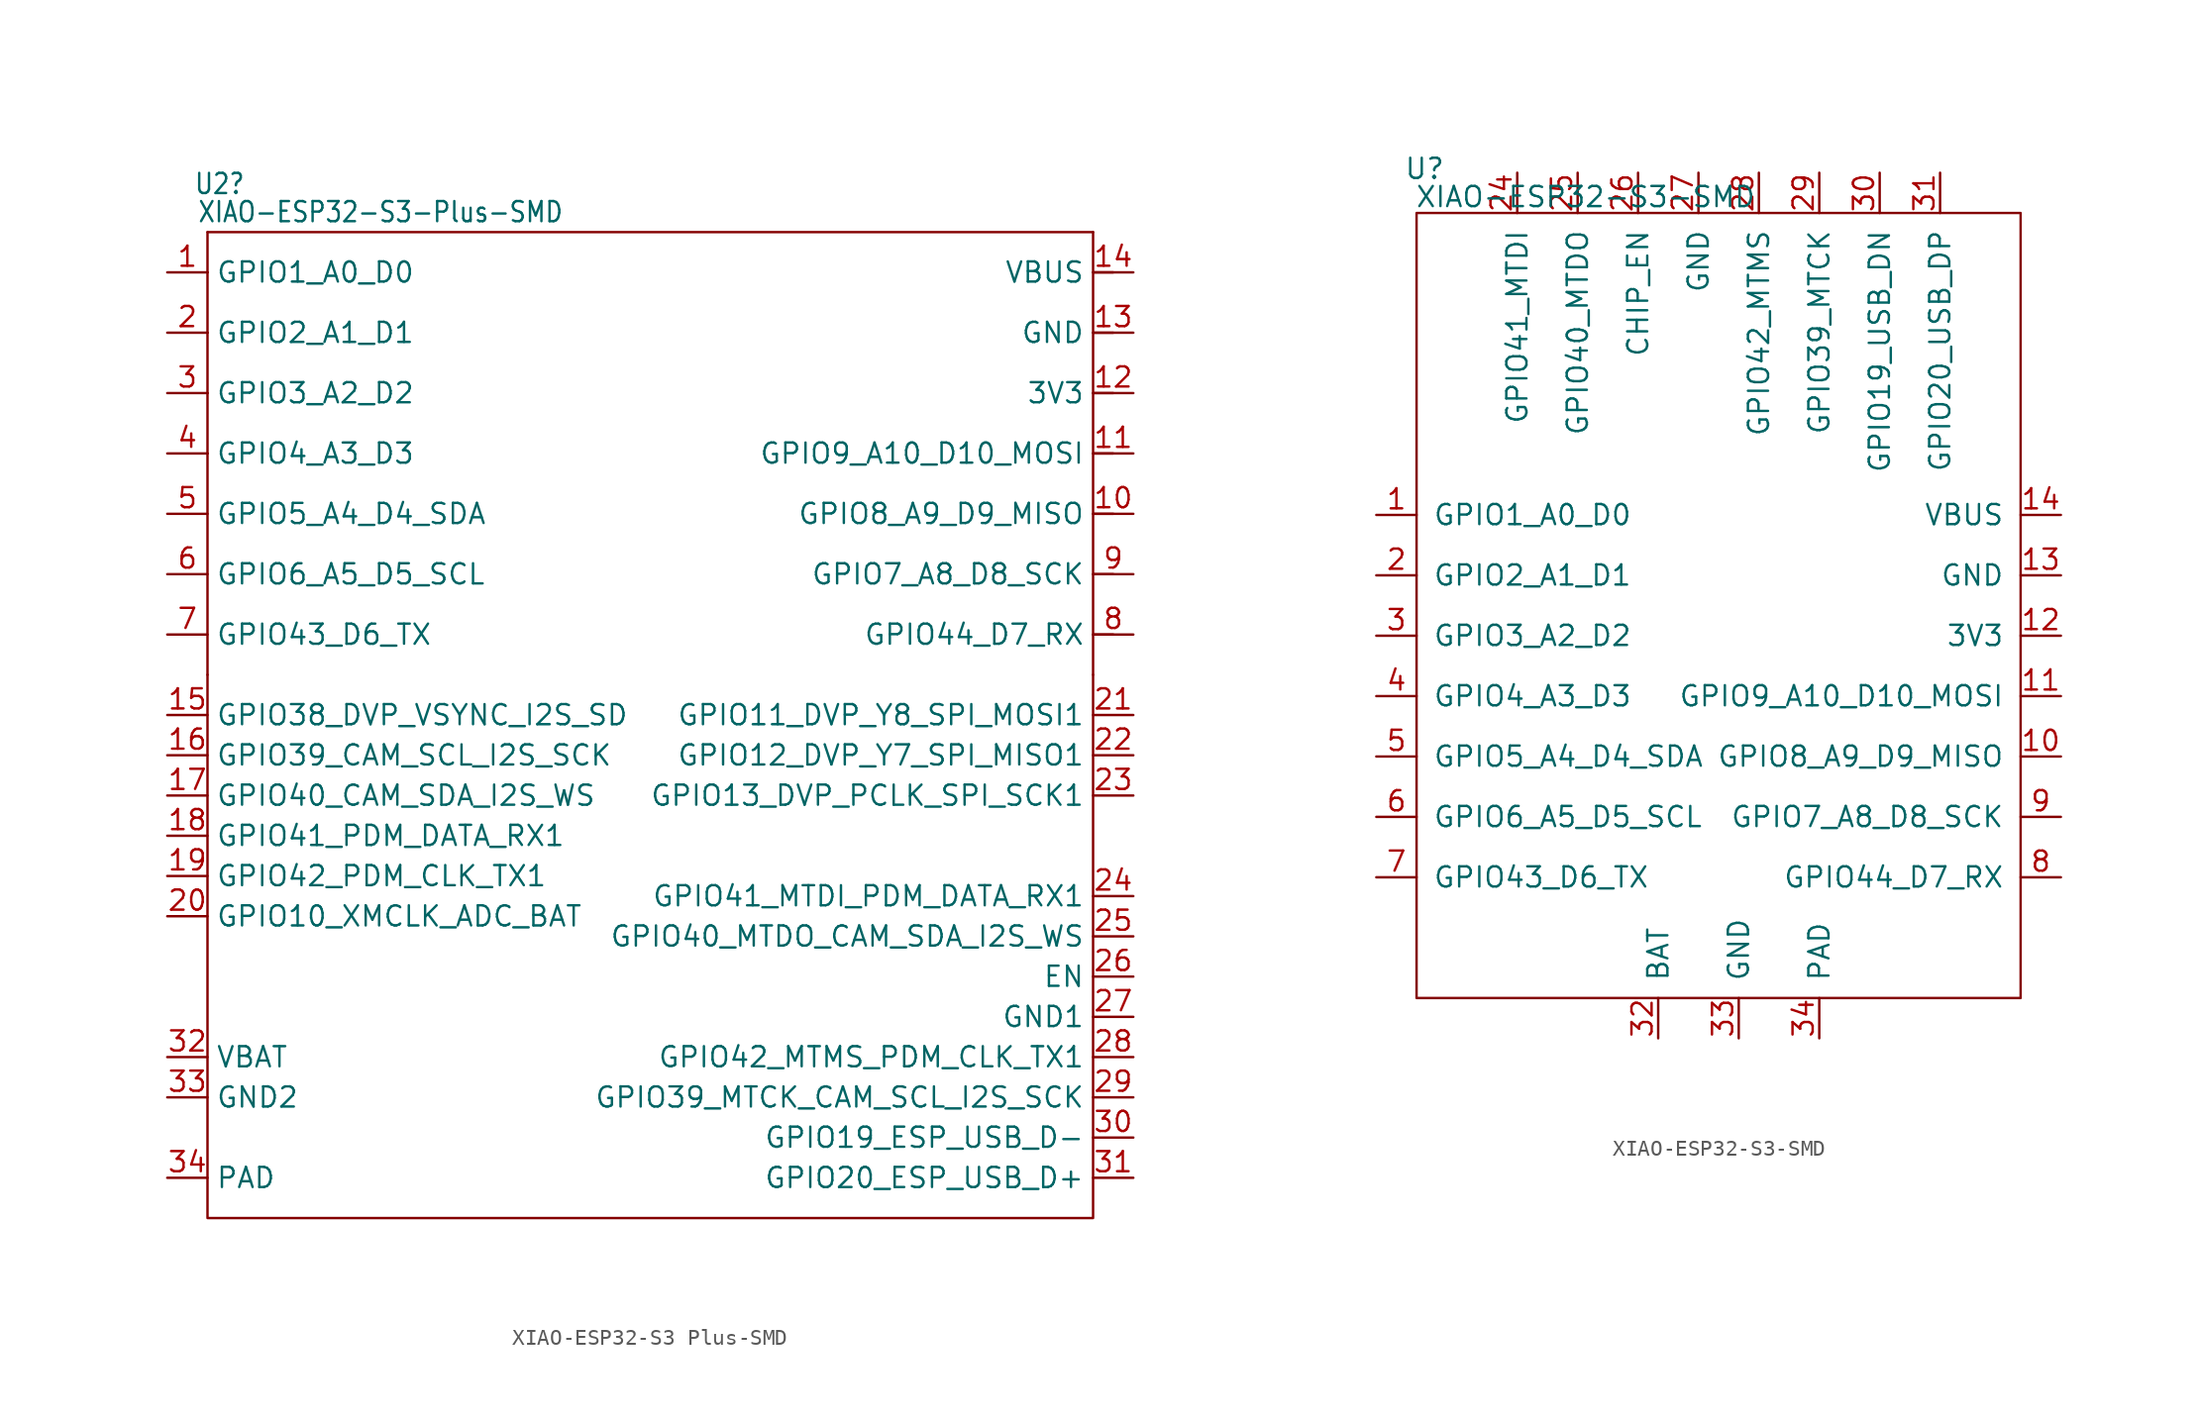
<source format=kicad_sym>
(kicad_symbol_lib
  (version 20241209)
  (generator "kicad_symbol_editor")
  (generator_version "9.0")
  (symbol "XIAO-ESP32-S3 Plus-SMD"
    (property "Reference" "U2"
      (at -20.828 17.018 0)
      (effects (font (size 1.27 1.079))))
    (property "Value" "XIAO-ESP32-S3-Plus-SMD"
      (at -10.668 15.24 0)
      (effects (font (size 1.27 1.079))))
    (property "Rating" ""
      (at 0 0 0)
      (effects (font (size 1 1))))
    (symbol "XIAO-ESP32-S3 Plus-SMD_0_1"
      (polyline (pts (xy 34.29 -13.97) (xy 34.29 -48.26) (xy -21.59 -48.26) (xy -21.59 -13.97)) (stroke (width 0) (type default)) (fill (type none))))
    (symbol "XIAO-ESP32-S3 Plus-SMD_1_0"
      (polyline (pts (xy -21.59 13.97) (xy 34.29 13.97)) (stroke (width 0.152) (type solid)) (fill (type none)))
      (polyline (pts (xy -21.59 11.43) (xy -21.59 13.97)) (stroke (width 0.152) (type solid)) (fill (type none)))
      (polyline (pts (xy -21.59 7.62) (xy -21.59 11.43)) (stroke (width 0.152) (type solid)) (fill (type none)))
      (polyline (pts (xy -21.59 3.81) (xy -21.59 7.62)) (stroke (width 0.152) (type solid)) (fill (type none)))
      (polyline (pts (xy -21.59 0) (xy -21.59 3.81)) (stroke (width 0.152) (type solid)) (fill (type none)))
      (polyline (pts (xy -21.59 -13.97) (xy -21.59 0)) (stroke (width 0.152) (type solid)) (fill (type none)))
      (polyline (pts (xy 34.29 13.97) (xy 34.29 11.43)) (stroke (width 0.152) (type solid)) (fill (type none)))
      (polyline (pts (xy 34.29 11.43) (xy 34.29 7.62)) (stroke (width 0.152) (type solid)) (fill (type none)))
      (polyline (pts (xy 34.29 7.62) (xy 34.29 3.81)) (stroke (width 0.152) (type solid)) (fill (type none)))
      (polyline (pts (xy 34.29 3.81) (xy 34.29 -13.97)) (stroke (width 0.152) (type solid)) (fill (type none)))
      (polyline (pts (xy 35.56 11.43) (xy 34.29 11.43)) (stroke (width 0.152) (type solid)) (fill (type none)))
      (polyline (pts (xy 35.56 7.62) (xy 34.29 7.62)) (stroke (width 0.152) (type solid)) (fill (type none)))
      (polyline (pts (xy 35.56 3.81) (xy 34.29 3.81)) (stroke (width 0.152) (type solid)) (fill (type none)))
      (polyline (pts (xy 35.56 0) (xy 34.29 0)) (stroke (width 0.152) (type solid)) (fill (type none)))
      (polyline (pts (xy 35.56 -3.81) (xy 34.29 -3.81)) (stroke (width 0.152) (type solid)) (fill (type none)))
      (polyline (pts (xy 35.56 -7.62) (xy 34.29 -7.62)) (stroke (width 0.152) (type solid)) (fill (type none)))
      (polyline (pts (xy 35.56 -11.43) (xy 34.29 -11.43)) (stroke (width 0.152) (type solid)) (fill (type none)))
      (pin passive line (at -24.13 11.43 0) (length 2.54) (name "GPIO1_A0_D0" (effects (font (size 1.27 1.27)))) (number "1" (effects (font (size 1.27 1.27)))))
      (pin passive line (at -24.13 7.62 0) (length 2.54) (name "GPIO2_A1_D1" (effects (font (size 1.27 1.27)))) (number "2" (effects (font (size 1.27 1.27)))))
      (pin passive line (at -24.13 3.81 0) (length 2.54) (name "GPIO3_A2_D2" (effects (font (size 1.27 1.27)))) (number "3" (effects (font (size 1.27 1.27)))))
      (pin passive line (at -24.13 0 0) (length 2.54) (name "GPIO4_A3_D3" (effects (font (size 1.27 1.27)))) (number "4" (effects (font (size 1.27 1.27)))))
      (pin passive line (at -24.13 -3.81 0) (length 2.54) (name "GPIO5_A4_D4_SDA" (effects (font (size 1.27 1.27)))) (number "5" (effects (font (size 1.27 1.27)))))
      (pin passive line (at -24.13 -7.62 0) (length 2.54) (name "GPIO6_A5_D5_SCL" (effects (font (size 1.27 1.27)))) (number "6" (effects (font (size 1.27 1.27)))))
      (pin passive line (at -24.13 -11.43 0) (length 2.54) (name "GPIO43_D6_TX" (effects (font (size 1.27 1.27)))) (number "7" (effects (font (size 1.27 1.27)))))
      (pin passive line (at 36.83 11.43 180) (length 2.54) (name "VBUS" (effects (font (size 1.27 1.27)))) (number "14" (effects (font (size 1.27 1.27)))))
      (pin passive line (at 36.83 7.62 180) (length 2.54) (name "GND" (effects (font (size 1.27 1.27)))) (number "13" (effects (font (size 1.27 1.27)))))
      (pin passive line (at 36.83 3.81 180) (length 2.54) (name "3V3" (effects (font (size 1.27 1.27)))) (number "12" (effects (font (size 1.27 1.27)))))
      (pin passive line (at 36.83 0 180) (length 2.54) (name "GPIO9_A10_D10_MOSI" (effects (font (size 1.27 1.27)))) (number "11" (effects (font (size 1.27 1.27)))))
      (pin passive line (at 36.83 -3.81 180) (length 2.54) (name "GPIO8_A9_D9_MISO" (effects (font (size 1.27 1.27)))) (number "10" (effects (font (size 1.27 1.27)))))
      (pin passive line (at 36.83 -7.62 180) (length 2.54) (name "GPIO7_A8_D8_SCK" (effects (font (size 1.27 1.27)))) (number "9" (effects (font (size 1.27 1.27)))))
      (pin passive line (at 36.83 -11.43 180) (length 2.54) (name "GPIO44_D7_RX" (effects (font (size 1.27 1.27)))) (number "8" (effects (font (size 1.27 1.27))))))
    (symbol "XIAO-ESP32-S3 Plus-SMD_1_1"
      (pin passive line (at -24.13 -16.51 0) (length 2.54) (name "GPIO38_DVP_VSYNC_I2S_SD" (effects (font (size 1.27 1.27)))) (number "15" (effects (font (size 1.27 1.27)))))
      (pin passive line (at -24.13 -19.05 0) (length 2.54) (name "GPIO39_CAM_SCL_I2S_SCK" (effects (font (size 1.27 1.27)))) (number "16" (effects (font (size 1.27 1.27)))))
      (pin passive line (at -24.13 -21.59 0) (length 2.54) (name "GPIO40_CAM_SDA_I2S_WS" (effects (font (size 1.27 1.27)))) (number "17" (effects (font (size 1.27 1.27)))))
      (pin passive line (at -24.13 -24.13 0) (length 2.54) (name "GPIO41_PDM_DATA_RX1" (effects (font (size 1.27 1.27)))) (number "18" (effects (font (size 1.27 1.27)))))
      (pin passive line (at -24.13 -26.67 0) (length 2.54) (name "GPIO42_PDM_CLK_TX1" (effects (font (size 1.27 1.27)))) (number "19" (effects (font (size 1.27 1.27)))))
      (pin passive line (at -24.13 -29.21 0) (length 2.54) (name "GPIO10_XMCLK_ADC_BAT" (effects (font (size 1.27 1.27)))) (number "20" (effects (font (size 1.27 1.27)))))
      (pin passive line (at -24.13 -38.1 0) (length 2.54) (name "VBAT" (effects (font (size 1.27 1.27)))) (number "32" (effects (font (size 1.27 1.27)))))
      (pin passive line (at -24.13 -40.64 0) (length 2.54) (name "GND2" (effects (font (size 1.27 1.27)))) (number "33" (effects (font (size 1.27 1.27)))))
      (pin passive line (at -24.13 -45.72 0) (length 2.54) (name "PAD" (effects (font (size 1.27 1.27)))) (number "34" (effects (font (size 1.27 1.27)))))
      (pin passive line (at 36.83 -16.51 180) (length 2.54) (name "GPIO11_DVP_Y8_SPI_MOSI1" (effects (font (size 1.27 1.27)))) (number "21" (effects (font (size 1.27 1.27)))))
      (pin passive line (at 36.83 -19.05 180) (length 2.54) (name "GPIO12_DVP_Y7_SPI_MISO1" (effects (font (size 1.27 1.27)))) (number "22" (effects (font (size 1.27 1.27)))))
      (pin passive line (at 36.83 -21.59 180) (length 2.54) (name "GPIO13_DVP_PCLK_SPI_SCK1" (effects (font (size 1.27 1.27)))) (number "23" (effects (font (size 1.27 1.27)))))
      (pin passive line (at 36.83 -27.94 180) (length 2.54) (name "GPIO41_MTDI_PDM_DATA_RX1" (effects (font (size 1.27 1.27)))) (number "24" (effects (font (size 1.27 1.27)))))
      (pin passive line (at 36.83 -30.48 180) (length 2.54) (name "GPIO40_MTDO_CAM_SDA_I2S_WS" (effects (font (size 1.27 1.27)))) (number "25" (effects (font (size 1.27 1.27)))))
      (pin passive line (at 36.83 -33.02 180) (length 2.54) (name "EN" (effects (font (size 1.27 1.27)))) (number "26" (effects (font (size 1.27 1.27)))))
      (pin passive line (at 36.83 -35.56 180) (length 2.54) (name "GND1" (effects (font (size 1.27 1.27)))) (number "27" (effects (font (size 1.27 1.27)))))
      (pin passive line (at 36.83 -38.1 180) (length 2.54) (name "GPIO42_MTMS_PDM_CLK_TX1" (effects (font (size 1.27 1.27)))) (number "28" (effects (font (size 1.27 1.27)))))
      (pin passive line (at 36.83 -40.64 180) (length 2.54) (name "GPIO39_MTCK_CAM_SCL_I2S_SCK" (effects (font (size 1.27 1.27)))) (number "29" (effects (font (size 1.27 1.27)))))
      (pin passive line (at 36.83 -43.18 180) (length 2.54) (name "GPIO19_ESP_USB_D-" (effects (font (size 1.27 1.27)))) (number "30" (effects (font (size 1.27 1.27)))))
      (pin passive line (at 36.83 -45.72 180) (length 2.54) (name "GPIO20_ESP_USB_D+" (effects (font (size 1.27 1.27)))) (number "31" (effects (font (size 1.27 1.27)))))))
  (symbol "XIAO-ESP32-S3-SMD"
    (pin_names
      (offset 1.016))
    (property "Reference" "U"
      (at -18.542 23.114 0)
      (effects (font (size 1.27 1.27))))
    (property "Value" "XIAO-ESP32-S3-SMD"
      (at -8.382 21.336 0)
      (effects (font (size 1.27 1.27))))
    (symbol "XIAO-ESP32-S3-SMD_0_1"
      (rectangle (start -19.05 20.32) (end 19.05 -29.21) (stroke (width 0) (type default)) (fill (type none))))
    (symbol "XIAO-ESP32-S3-SMD_1_0"
      (pin passive line (at -21.59 1.27 0) (length 2.54) (name "GPIO1_A0_D0" (effects (font (size 1.27 1.27)))) (number "1" (effects (font (size 1.27 1.27)))))
      (pin passive line (at -21.59 -2.54 0) (length 2.54) (name "GPIO2_A1_D1" (effects (font (size 1.27 1.27)))) (number "2" (effects (font (size 1.27 1.27)))))
      (pin passive line (at -21.59 -6.35 0) (length 2.54) (name "GPIO3_A2_D2" (effects (font (size 1.27 1.27)))) (number "3" (effects (font (size 1.27 1.27)))))
      (pin passive line (at -21.59 -10.16 0) (length 2.54) (name "GPIO4_A3_D3" (effects (font (size 1.27 1.27)))) (number "4" (effects (font (size 1.27 1.27)))))
      (pin passive line (at -21.59 -13.97 0) (length 2.54) (name "GPIO5_A4_D4_SDA" (effects (font (size 1.27 1.27)))) (number "5" (effects (font (size 1.27 1.27)))))
      (pin passive line (at -21.59 -17.78 0) (length 2.54) (name "GPIO6_A5_D5_SCL" (effects (font (size 1.27 1.27)))) (number "6" (effects (font (size 1.27 1.27)))))
      (pin passive line (at -21.59 -21.59 0) (length 2.54) (name "GPIO43_D6_TX" (effects (font (size 1.27 1.27)))) (number "7" (effects (font (size 1.27 1.27)))))
      (pin passive line (at 21.59 1.27 180) (length 2.54) (name "VBUS" (effects (font (size 1.27 1.27)))) (number "14" (effects (font (size 1.27 1.27)))))
      (pin passive line (at 21.59 -2.54 180) (length 2.54) (name "GND" (effects (font (size 1.27 1.27)))) (number "13" (effects (font (size 1.27 1.27)))))
      (pin passive line (at 21.59 -6.35 180) (length 2.54) (name "3V3" (effects (font (size 1.27 1.27)))) (number "12" (effects (font (size 1.27 1.27)))))
      (pin passive line (at 21.59 -10.16 180) (length 2.54) (name "GPIO9_A10_D10_MOSI" (effects (font (size 1.27 1.27)))) (number "11" (effects (font (size 1.27 1.27)))))
      (pin passive line (at 21.59 -13.97 180) (length 2.54) (name "GPIO8_A9_D9_MISO" (effects (font (size 1.27 1.27)))) (number "10" (effects (font (size 1.27 1.27)))))
      (pin passive line (at 21.59 -17.78 180) (length 2.54) (name "GPIO7_A8_D8_SCK" (effects (font (size 1.27 1.27)))) (number "9" (effects (font (size 1.27 1.27)))))
      (pin passive line (at 21.59 -21.59 180) (length 2.54) (name "GPIO44_D7_RX" (effects (font (size 1.27 1.27)))) (number "8" (effects (font (size 1.27 1.27))))))
    (symbol "XIAO-ESP32-S3-SMD_1_1"
      (pin passive line (at -12.7 22.86 270) (length 2.54) (name "GPIO41_MTDI" (effects (font (size 1.27 1.27)))) (number "24" (effects (font (size 1.27 1.27)))))
      (pin passive line (at -8.89 22.86 270) (length 2.54) (name "GPIO40_MTDO" (effects (font (size 1.27 1.27)))) (number "25" (effects (font (size 1.27 1.27)))))
      (pin passive line (at -5.08 22.86 270) (length 2.54) (name "CHIP_EN" (effects (font (size 1.27 1.27)))) (number "26" (effects (font (size 1.27 1.27)))))
      (pin passive line (at -3.81 -31.75 90) (length 2.54) (name "BAT" (effects (font (size 1.27 1.27)))) (number "32" (effects (font (size 1.27 1.27)))))
      (pin passive line (at -1.27 22.86 270) (length 2.54) (name "GND" (effects (font (size 1.27 1.27)))) (number "27" (effects (font (size 1.27 1.27)))))
      (pin passive line (at 1.27 -31.75 90) (length 2.54) (name "GND" (effects (font (size 1.27 1.27)))) (number "33" (effects (font (size 1.27 1.27)))))
      (pin passive line (at 2.54 22.86 270) (length 2.54) (name "GPIO42_MTMS" (effects (font (size 1.27 1.27)))) (number "28" (effects (font (size 1.27 1.27)))))
      (pin passive line (at 6.35 22.86 270) (length 2.54) (name "GPIO39_MTCK" (effects (font (size 1.27 1.27)))) (number "29" (effects (font (size 1.27 1.27)))))
      (pin passive line (at 6.35 -31.75 90) (length 2.54) (name "PAD" (effects (font (size 1.27 1.27)))) (number "34" (effects (font (size 1.27 1.27)))))
      (pin passive line (at 10.16 22.86 270) (length 2.54) (name "GPIO19_USB_DN" (effects (font (size 1.27 1.27)))) (number "30" (effects (font (size 1.27 1.27)))))
      (pin passive line (at 13.97 22.86 270) (length 2.54) (name "GPIO20_USB_DP" (effects (font (size 1.27 1.27)))) (number "31" (effects (font (size 1.27 1.27))))))))
</source>
